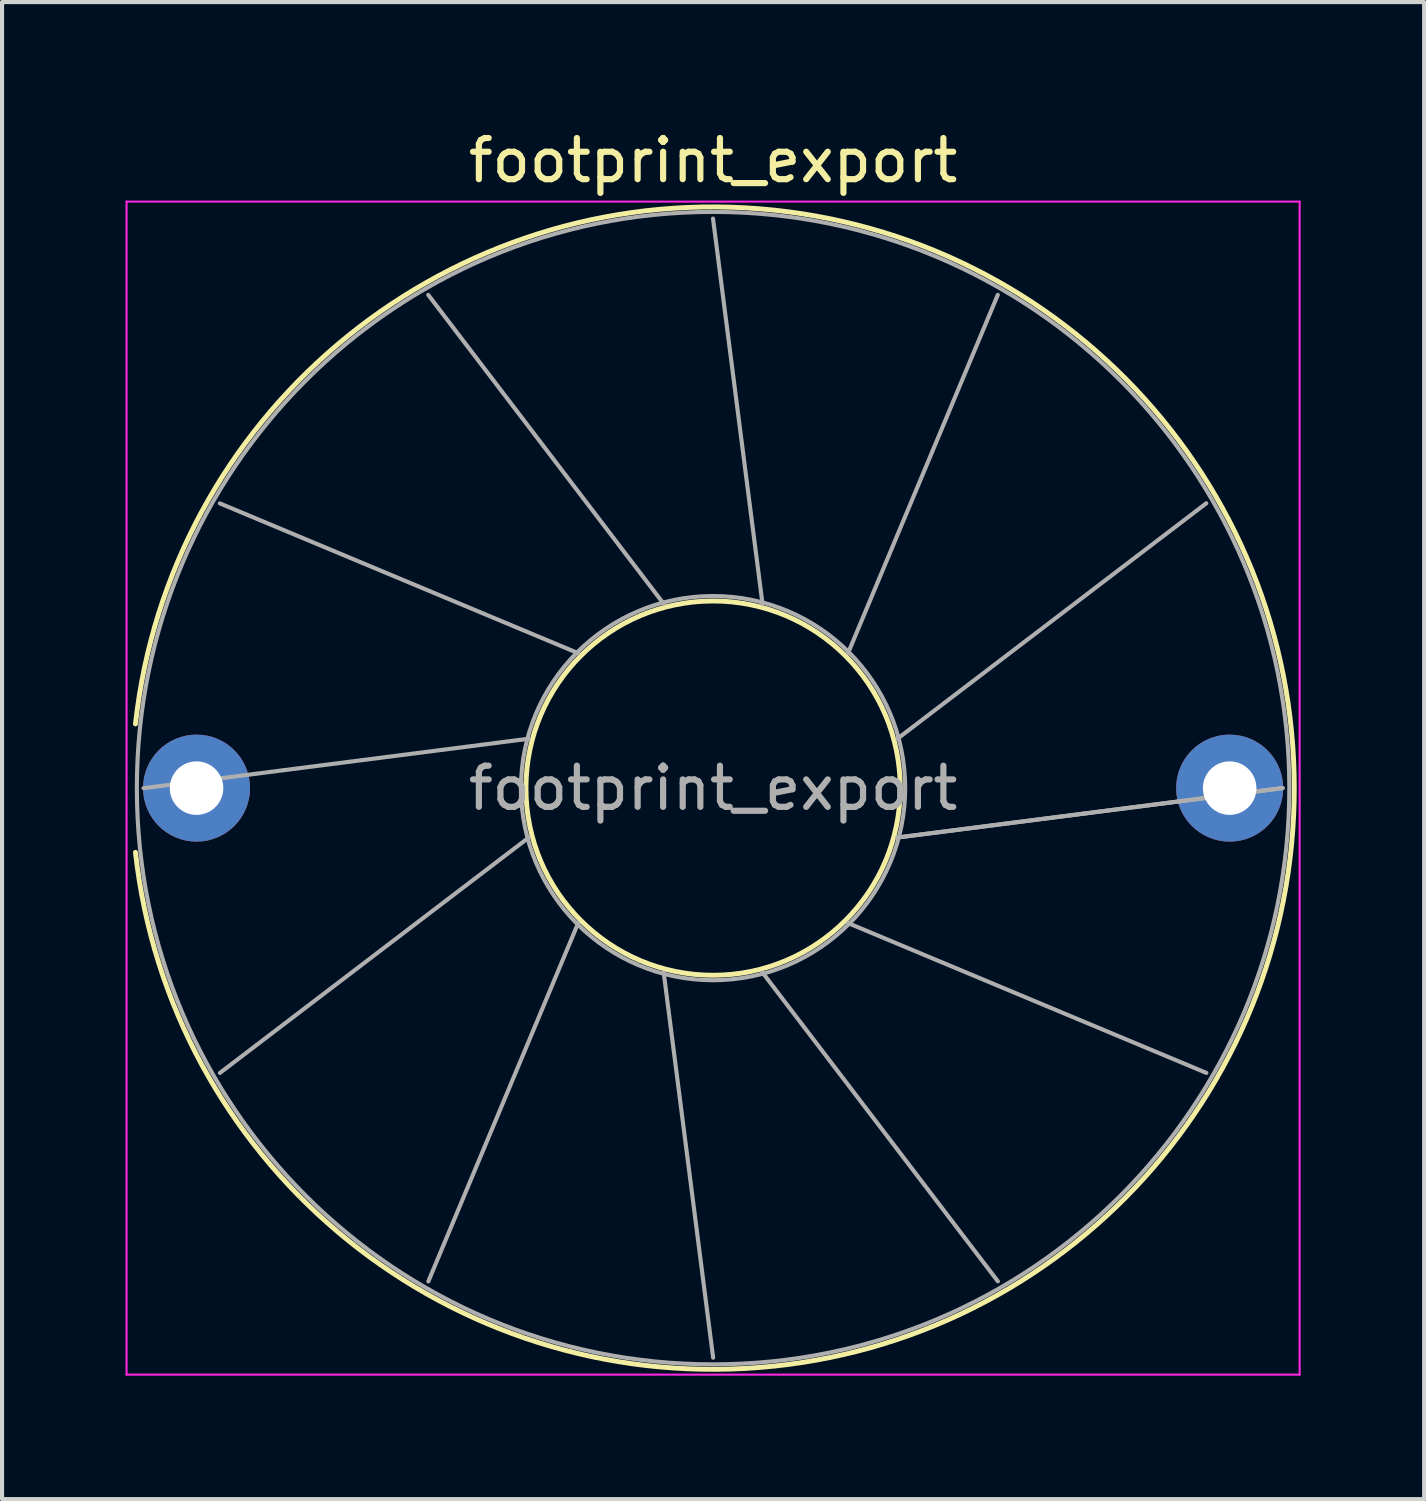
<source format=kicad_pcb>
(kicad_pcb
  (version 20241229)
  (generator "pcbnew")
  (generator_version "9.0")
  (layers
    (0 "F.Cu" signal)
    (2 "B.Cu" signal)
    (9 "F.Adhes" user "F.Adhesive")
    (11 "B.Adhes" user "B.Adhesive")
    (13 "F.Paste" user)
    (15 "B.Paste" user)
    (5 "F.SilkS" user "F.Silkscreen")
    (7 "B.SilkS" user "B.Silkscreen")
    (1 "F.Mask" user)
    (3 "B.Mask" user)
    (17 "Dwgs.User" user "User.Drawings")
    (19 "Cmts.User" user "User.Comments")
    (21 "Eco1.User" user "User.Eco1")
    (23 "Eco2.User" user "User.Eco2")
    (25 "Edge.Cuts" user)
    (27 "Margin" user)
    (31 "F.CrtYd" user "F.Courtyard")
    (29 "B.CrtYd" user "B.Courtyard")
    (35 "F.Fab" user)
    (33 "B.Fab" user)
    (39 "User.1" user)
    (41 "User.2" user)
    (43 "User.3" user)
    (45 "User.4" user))
  (footprint "footprint_export"
    (layer "F.Cu")
    (at 1.725 16.098)
    (property "Reference" "footprint_export" (at 12.55 -15.25 0) (layer "F.SilkS") (effects (font (size 1 1) (thickness 0.15))))
    (attr through_hole)
    (fp_arc (start -1.48356 -1.56) (mid 26.67 0) (end -1.48356 1.56) (stroke (width 0.12) (type solid)) (layer "F.SilkS"))
    (fp_circle (center 12.55 0) (end 17.097 0) (stroke (width 0.12) (type solid)) (fill no) (layer "F.SilkS"))
    (fp_line (start -1.7 -14.25) (end -1.7 14.25) (stroke (width 0.05) (type solid)) (layer "F.CrtYd"))
    (fp_line (start -1.7 14.25) (end 26.8 14.25) (stroke (width 0.05) (type solid)) (layer "F.CrtYd"))
    (fp_line (start 26.8 -14.25) (end -1.7 -14.25) (stroke (width 0.05) (type solid)) (layer "F.CrtYd"))
    (fp_line (start 26.8 14.25) (end 26.8 -14.25) (stroke (width 0.05) (type solid)) (layer "F.CrtYd"))
    (fp_line (start -1.288 0.001) (end 8.07 -1.2) (stroke (width 0.1) (type solid)) (layer "F.Fab"))
    (fp_line (start 0.566 -6.918) (end 9.27 -3.279) (stroke (width 0.1) (type solid)) (layer "F.Fab"))
    (fp_line (start 0.567 6.92) (end 8.071 1.201) (stroke (width 0.1) (type solid)) (layer "F.Fab"))
    (fp_line (start 5.63 -11.983) (end 11.349 -4.479) (stroke (width 0.1) (type solid)) (layer "F.Fab"))
    (fp_line (start 5.632 11.984) (end 9.271 3.28) (stroke (width 0.1) (type solid)) (layer "F.Fab"))
    (fp_line (start 12.548 -13.838) (end 13.75 -4.48) (stroke (width 0.1) (type solid)) (layer "F.Fab"))
    (fp_line (start 12.551 13.838) (end 11.35 4.48) (stroke (width 0.1) (type solid)) (layer "F.Fab"))
    (fp_line (start 19.467 -11.985) (end 15.829 -3.28) (stroke (width 0.1) (type solid)) (layer "F.Fab"))
    (fp_line (start 19.469 11.983) (end 13.75 4.48) (stroke (width 0.1) (type solid)) (layer "F.Fab"))
    (fp_line (start 24.533 -6.921) (end 17.029 -1.201) (stroke (width 0.1) (type solid)) (layer "F.Fab"))
    (fp_line (start 24.534 6.919) (end 15.829 3.279) (stroke (width 0.1) (type solid)) (layer "F.Fab"))
    (fp_line (start 26.388 -0.003) (end 17.03 1.199) (stroke (width 0.1) (type solid)) (layer "F.Fab"))
    (fp_line (start 26.388 0) (end 17.03 1.2) (stroke (width 0.1) (type solid)) (layer "F.Fab"))
    (fp_circle (center 12.55 0) (end 17.217 0) (stroke (width 0.1) (type solid)) (fill no) (layer "F.Fab"))
    (fp_circle (center 12.55 0) (end 26.55 0) (stroke (width 0.1) (type solid)) (fill no) (layer "F.Fab"))
    (fp_text user "${REFERENCE}" (at 12.55 0 0) (layer "F.Fab") (effects (font (size 1 1) (thickness 0.15))))
    (pad "1" thru_hole circle (at 0 0) (size 2.6 2.6) (drill 1.3) (layers "*.Cu" "*.Mask"))
    (pad "2" thru_hole circle (at 25.1 0) (size 2.6 2.6) (drill 1.3) (layers "*.Cu" "*.Mask")))
  (gr_rect
    (start -3 -3)
    (end 31.55 33.373)
    (stroke (width 0.1) (type default))
    (fill no)
    (layer "Edge.Cuts")))
</source>
